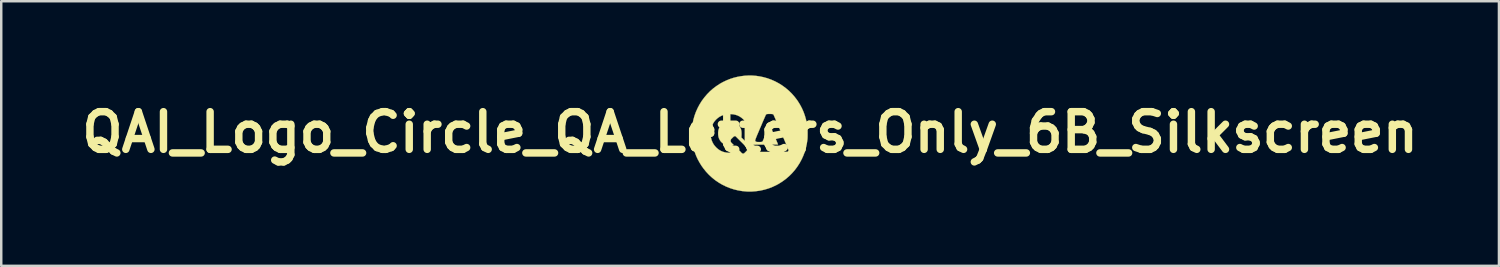
<source format=kicad_pcb>
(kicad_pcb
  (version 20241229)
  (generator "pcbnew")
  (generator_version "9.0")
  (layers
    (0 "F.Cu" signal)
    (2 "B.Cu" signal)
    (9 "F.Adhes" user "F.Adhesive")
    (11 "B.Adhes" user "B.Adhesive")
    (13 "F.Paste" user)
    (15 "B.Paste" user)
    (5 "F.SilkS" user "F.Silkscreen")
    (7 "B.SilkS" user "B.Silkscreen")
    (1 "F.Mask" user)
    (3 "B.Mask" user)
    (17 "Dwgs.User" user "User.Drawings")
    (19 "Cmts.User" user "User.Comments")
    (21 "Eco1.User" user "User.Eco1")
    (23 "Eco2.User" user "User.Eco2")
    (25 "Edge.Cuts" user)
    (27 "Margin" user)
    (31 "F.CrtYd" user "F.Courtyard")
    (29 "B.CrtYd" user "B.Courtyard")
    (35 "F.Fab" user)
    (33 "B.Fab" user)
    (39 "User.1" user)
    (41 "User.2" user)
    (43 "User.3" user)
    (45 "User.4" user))
  (footprint "QAI_Logo_Circle_QA_Letters_Only_6B_Silkscreen"
    (layer "F.Cu")
    (at 27.294 2.302)
    (property "Reference" "QAI_Logo_Circle_QA_Letters_Only_6B_Silkscreen" (at 0 0 0) (layer "F.SilkS") (effects (font (size 1.524 1.524) (thickness 0.3))))
    (attr through_hole)
    (fp_poly (pts (xy 0.093 -2.295) (xy 0.242 -2.283) (xy 0.392 -2.261) (xy 0.54 -2.23) (xy 0.684 -2.19) (xy 0.695 -2.187) (xy 0.856 -2.129) (xy 1.012 -2.06) (xy 1.162 -1.98) (xy 1.305 -1.89) (xy 1.442 -1.789) (xy 1.571 -1.68) (xy 1.691 -1.561) (xy 1.803 -1.433) (xy 1.906 -1.297) (xy 1.935 -1.254) (xy 2.022 -1.114) (xy 2.098 -0.97) (xy 2.163 -0.823) (xy 2.217 -0.671) (xy 2.262 -0.513) (xy 2.296 -0.348) (xy 2.319 -0.197) (xy 2.322 -0.165) (xy 2.324 -0.124) (xy 2.326 -0.074) (xy 2.327 -0.02) (xy 2.327 0.038) (xy 2.327 0.097) (xy 2.326 0.153) (xy 2.325 0.205) (xy 2.323 0.25) (xy 2.32 0.286) (xy 2.319 0.298) (xy 2.293 0.47) (xy 2.257 0.634) (xy 2.211 0.791) (xy 2.155 0.942) (xy 2.088 1.089) (xy 2.011 1.233) (xy 1.996 1.258) (xy 1.902 1.403) (xy 1.798 1.54) (xy 1.685 1.668) (xy 1.563 1.787) (xy 1.433 1.897) (xy 1.295 1.997) (xy 1.15 2.088) (xy 1.066 2.133) (xy 0.911 2.207) (xy 0.753 2.268) (xy 0.592 2.317) (xy 0.43 2.354) (xy 0.387 2.362) (xy 0.234 2.383) (xy 0.083 2.395) (xy -0.062 2.397) (xy -0.15 2.394) (xy -0.322 2.377) (xy -0.491 2.348) (xy -0.656 2.308) (xy -0.817 2.256) (xy -0.973 2.193) (xy -1.124 2.119) (xy -1.269 2.034) (xy -1.407 1.94) (xy -1.538 1.835) (xy -1.662 1.721) (xy -1.778 1.597) (xy -1.885 1.465) (xy -1.965 1.353) (xy -2.046 1.223) (xy -2.116 1.095) (xy -2.176 0.966) (xy -2.227 0.833) (xy -2.271 0.693) (xy -2.286 0.638) (xy -2.313 0.525) (xy -2.333 0.416) (xy -2.347 0.308) (xy -2.355 0.196) (xy -2.359 0.077) (xy -2.359 0.057) (xy -2.359 0.046) (xy -1.597 0.046) (xy -1.595 0.111) (xy -1.59 0.172) (xy -1.582 0.221) (xy -1.557 0.315) (xy -1.523 0.401) (xy -1.48 0.48) (xy -1.426 0.553) (xy -1.36 0.624) (xy -1.358 0.626) (xy -1.288 0.686) (xy -1.214 0.735) (xy -1.136 0.774) (xy -1.053 0.802) (xy -0.962 0.82) (xy -0.864 0.829) (xy -0.854 0.83) (xy -0.767 0.83) (xy -0.687 0.823) (xy -0.61 0.807) (xy -0.534 0.784) (xy -0.483 0.764) (xy -0.43 0.741) (xy -0.385 0.791) (xy -0.358 0.82) (xy -0.336 0.84) (xy -0.318 0.853) (xy -0.301 0.86) (xy -0.285 0.862) (xy -0.274 0.861) (xy -0.262 0.86) (xy -0.252 0.856) (xy -0.241 0.85) (xy -0.227 0.838) (xy -0.209 0.821) (xy -0.184 0.797) (xy -0.174 0.786) (xy -0.144 0.755) (xy -0.122 0.73) (xy -0.114 0.72) (xy 0.032 0.72) (xy 0.036 0.74) (xy 0.047 0.762) (xy 0.062 0.779) (xy 0.069 0.784) (xy 0.073 0.786) (xy 0.081 0.787) (xy 0.092 0.788) (xy 0.107 0.789) (xy 0.128 0.79) (xy 0.155 0.791) (xy 0.188 0.791) (xy 0.229 0.792) (xy 0.277 0.792) (xy 0.334 0.793) (xy 0.4 0.793) (xy 0.476 0.793) (xy 0.563 0.793) (xy 0.66 0.793) (xy 0.77 0.793) (xy 0.792 0.793) (xy 0.903 0.794) (xy 1.002 0.794) (xy 1.09 0.793) (xy 1.167 0.793) (xy 1.234 0.793) (xy 1.292 0.793) (xy 1.341 0.793) (xy 1.383 0.792) (xy 1.417 0.792) (xy 1.445 0.791) (xy 1.468 0.79) (xy 1.485 0.789) (xy 1.498 0.788) (xy 1.507 0.787) (xy 1.514 0.786) (xy 1.518 0.784) (xy 1.518 0.784) (xy 1.535 0.77) (xy 1.548 0.748) (xy 1.555 0.726) (xy 1.556 0.72) (xy 1.553 0.713) (xy 1.546 0.695) (xy 1.535 0.667) (xy 1.52 0.63) (xy 1.501 0.584) (xy 1.479 0.532) (xy 1.454 0.473) (xy 1.427 0.408) (xy 1.398 0.339) (xy 1.367 0.266) (xy 1.335 0.19) (xy 1.302 0.111) (xy 1.268 0.032) (xy 1.235 -0.047) (xy 1.201 -0.126) (xy 1.168 -0.204) (xy 1.136 -0.279) (xy 1.105 -0.352) (xy 1.076 -0.42) (xy 1.049 -0.483) (xy 1.024 -0.54) (xy 1.002 -0.591) (xy 0.983 -0.634) (xy 0.968 -0.669) (xy 0.956 -0.694) (xy 0.949 -0.709) (xy 0.947 -0.714) (xy 0.936 -0.724) (xy 0.923 -0.732) (xy 0.904 -0.737) (xy 0.88 -0.74) (xy 0.847 -0.742) (xy 0.803 -0.743) (xy 0.794 -0.743) (xy 0.748 -0.742) (xy 0.713 -0.741) (xy 0.687 -0.738) (xy 0.668 -0.733) (xy 0.654 -0.726) (xy 0.643 -0.716) (xy 0.641 -0.714) (xy 0.637 -0.706) (xy 0.628 -0.688) (xy 0.616 -0.659) (xy 0.599 -0.622) (xy 0.579 -0.576) (xy 0.556 -0.523) (xy 0.53 -0.464) (xy 0.502 -0.399) (xy 0.473 -0.329) (xy 0.441 -0.255) (xy 0.416 -0.197) (xy 0.378 -0.107) (xy 0.344 -0.027) (xy 0.315 0.042) (xy 0.289 0.102) (xy 0.268 0.153) (xy 0.251 0.197) (xy 0.236 0.233) (xy 0.225 0.263) (xy 0.217 0.287) (xy 0.211 0.306) (xy 0.208 0.321) (xy 0.206 0.332) (xy 0.207 0.341) (xy 0.209 0.348) (xy 0.212 0.354) (xy 0.216 0.359) (xy 0.22 0.364) (xy 0.232 0.375) (xy 0.247 0.383) (xy 0.266 0.388) (xy 0.293 0.392) (xy 0.328 0.393) (xy 0.365 0.394) (xy 0.41 0.393) (xy 0.444 0.391) (xy 0.469 0.387) (xy 0.487 0.381) (xy 0.5 0.372) (xy 0.509 0.361) (xy 0.513 0.353) (xy 0.521 0.333) (xy 0.534 0.305) (xy 0.55 0.268) (xy 0.569 0.223) (xy 0.59 0.173) (xy 0.614 0.118) (xy 0.638 0.058) (xy 0.654 0.021) (xy 0.68 -0.04) (xy 0.704 -0.097) (xy 0.726 -0.149) (xy 0.745 -0.195) (xy 0.763 -0.235) (xy 0.776 -0.267) (xy 0.787 -0.29) (xy 0.793 -0.302) (xy 0.794 -0.305) (xy 0.798 -0.299) (xy 0.805 -0.283) (xy 0.816 -0.258) (xy 0.83 -0.226) (xy 0.847 -0.188) (xy 0.865 -0.145) (xy 0.873 -0.125) (xy 0.915 -0.026) (xy 0.952 0.063) (xy 0.984 0.141) (xy 1.013 0.209) (xy 1.038 0.268) (xy 1.059 0.318) (xy 1.076 0.361) (xy 1.091 0.396) (xy 1.103 0.425) (xy 1.112 0.447) (xy 1.119 0.465) (xy 1.124 0.477) (xy 1.128 0.485) (xy 1.13 0.49) (xy 1.13 0.492) (xy 1.13 0.492) (xy 1.124 0.493) (xy 1.106 0.493) (xy 1.077 0.494) (xy 1.039 0.494) (xy 0.992 0.495) (xy 0.936 0.495) (xy 0.874 0.496) (xy 0.806 0.496) (xy 0.733 0.496) (xy 0.656 0.497) (xy 0.639 0.497) (xy 0.548 0.497) (xy 0.469 0.497) (xy 0.402 0.498) (xy 0.344 0.498) (xy 0.295 0.498) (xy 0.255 0.499) (xy 0.223 0.5) (xy 0.197 0.5) (xy 0.177 0.501) (xy 0.162 0.502) (xy 0.151 0.504) (xy 0.143 0.505) (xy 0.137 0.507) (xy 0.133 0.509) (xy 0.13 0.511) (xy 0.129 0.512) (xy 0.119 0.522) (xy 0.107 0.541) (xy 0.093 0.569) (xy 0.076 0.608) (xy 0.072 0.617) (xy 0.058 0.649) (xy 0.046 0.678) (xy 0.038 0.701) (xy 0.033 0.716) (xy 0.032 0.72) (xy -0.114 0.72) (xy -0.107 0.711) (xy -0.099 0.695) (xy -0.096 0.68) (xy -0.097 0.665) (xy -0.098 0.662) (xy -0.104 0.653) (xy -0.119 0.635) (xy -0.143 0.608) (xy -0.176 0.573) (xy -0.219 0.529) (xy -0.27 0.477) (xy -0.33 0.416) (xy -0.345 0.402) (xy -0.588 0.159) (xy -0.618 0.159) (xy -0.63 0.159) (xy -0.64 0.161) (xy -0.65 0.165) (xy -0.662 0.174) (xy -0.678 0.188) (xy -0.7 0.209) (xy -0.715 0.224) (xy -0.746 0.254) (xy -0.769 0.278) (xy -0.784 0.297) (xy -0.794 0.313) (xy -0.799 0.327) (xy -0.8 0.342) (xy -0.8 0.344) (xy -0.799 0.357) (xy -0.795 0.369) (xy -0.788 0.382) (xy -0.775 0.399) (xy -0.756 0.42) (xy -0.729 0.448) (xy -0.722 0.455) (xy -0.665 0.513) (xy -0.702 0.521) (xy -0.738 0.526) (xy -0.781 0.529) (xy -0.829 0.529) (xy -0.876 0.527) (xy -0.92 0.523) (xy -0.956 0.517) (xy -0.961 0.516) (xy -1.029 0.491) (xy -1.092 0.455) (xy -1.148 0.41) (xy -1.197 0.357) (xy -1.236 0.296) (xy -1.265 0.231) (xy -1.266 0.229) (xy -1.283 0.161) (xy -1.292 0.087) (xy -1.293 0.012) (xy -1.286 -0.06) (xy -1.279 -0.094) (xy -1.255 -0.166) (xy -1.221 -0.231) (xy -1.177 -0.289) (xy -1.124 -0.34) (xy -1.064 -0.381) (xy -0.996 -0.412) (xy -0.981 -0.417) (xy -0.938 -0.428) (xy -0.886 -0.435) (xy -0.831 -0.438) (xy -0.776 -0.437) (xy -0.725 -0.432) (xy -0.714 -0.43) (xy -0.64 -0.41) (xy -0.573 -0.379) (xy -0.513 -0.339) (xy -0.46 -0.289) (xy -0.417 -0.23) (xy -0.394 -0.187) (xy -0.376 -0.146) (xy -0.363 -0.104) (xy -0.354 -0.059) (xy -0.348 -0.009) (xy -0.346 0.048) (xy -0.347 0.113) (xy -0.349 0.157) (xy -0.352 0.21) (xy -0.269 0.292) (xy -0.24 0.321) (xy -0.218 0.342) (xy -0.202 0.357) (xy -0.19 0.367) (xy -0.18 0.372) (xy -0.171 0.374) (xy -0.161 0.375) (xy -0.157 0.375) (xy -0.136 0.373) (xy -0.118 0.365) (xy -0.103 0.352) (xy -0.09 0.331) (xy -0.078 0.301) (xy -0.067 0.261) (xy -0.055 0.21) (xy -0.053 0.2) (xy -0.047 0.163) (xy -0.044 0.116) (xy -0.042 0.065) (xy -0.043 0.012) (xy -0.045 -0.039) (xy -0.049 -0.085) (xy -0.053 -0.11) (xy -0.078 -0.21) (xy -0.114 -0.302) (xy -0.16 -0.386) (xy -0.216 -0.464) (xy -0.284 -0.535) (xy -0.352 -0.592) (xy -0.428 -0.642) (xy -0.507 -0.681) (xy -0.591 -0.709) (xy -0.682 -0.728) (xy -0.78 -0.737) (xy -0.819 -0.738) (xy -0.91 -0.734) (xy -0.994 -0.723) (xy -1.073 -0.702) (xy -1.148 -0.674) (xy -1.232 -0.631) (xy -1.309 -0.577) (xy -1.379 -0.514) (xy -1.441 -0.443) (xy -1.493 -0.364) (xy -1.536 -0.279) (xy -1.568 -0.188) (xy -1.582 -0.133) (xy -1.59 -0.08) (xy -1.595 -0.019) (xy -1.597 0.046) (xy -2.359 0.046) (xy -2.358 -0.02) (xy -2.356 -0.089) (xy -2.352 -0.153) (xy -2.346 -0.215) (xy -2.337 -0.28) (xy -2.327 -0.348) (xy -2.292 -0.514) (xy -2.246 -0.676) (xy -2.188 -0.833) (xy -2.119 -0.986) (xy -2.04 -1.134) (xy -1.951 -1.275) (xy -1.851 -1.409) (xy -1.743 -1.536) (xy -1.626 -1.656) (xy -1.5 -1.767) (xy -1.366 -1.868) (xy -1.225 -1.961) (xy -1.103 -2.029) (xy -0.961 -2.097) (xy -0.819 -2.155) (xy -0.675 -2.202) (xy -0.526 -2.24) (xy -0.371 -2.269) (xy -0.208 -2.289) (xy -0.195 -2.29) (xy -0.054 -2.297) (xy 0.093 -2.295)) (stroke (width 0.01) (type solid)) (fill yes) (layer "F.SilkS")))
  (gr_rect
    (start -3 -3)
    (end 57.588 7.705)
    (stroke (width 0.1) (type default))
    (fill no)
    (layer "Edge.Cuts")))
</source>
